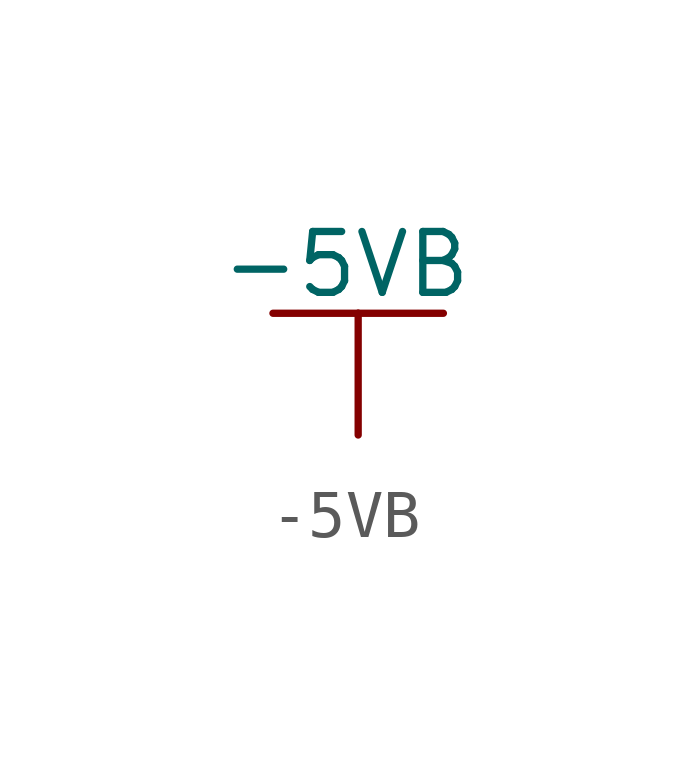
<source format=kicad_sym>
(kicad_symbol_lib
  (version 20231120)
  (generator "kicad_symbol_editor")
  (generator_version "8.0")
  (symbol "-5VB"
    (power)
    (pin_numbers hide)
    (pin_names
      (offset 0) hide)
    (property "Reference" "#PWR"
      (at 0 -3.81 0)
      (effects (font (size 1.27 1.27)) (hide yes)))
    (property "Value" "-5VB"
      (at -0.254 3.556 0)
      (effects (font (size 1.27 1.27))))
    (property "Footprint" ""
      (at 0 0 0)
      (effects (font (size 1.524 1.524))))
    (property "Datasheet" ""
      (at 0 0 0)
      (effects (font (size 1.524 1.524))))
    (symbol "-5VB_0_1"
      (polyline (pts (xy -1.778 2.54) (xy 0 2.54)) (stroke (width 0) (type default)) (fill (type none)))
      (polyline (pts (xy 0 0) (xy 0 2.54)) (stroke (width 0) (type default)) (fill (type none)))
      (polyline (pts (xy 0 2.54) (xy 1.778 2.54)) (stroke (width 0) (type default)) (fill (type none))))
    (symbol "-5VB_1_1"
      (pin power_in line (at 0 0 90) (length 0) hide (name "-5VB" (effects (font (size 1.27 1.27)))) (number "1" (effects (font (size 1.27 1.27))))))))
</source>
